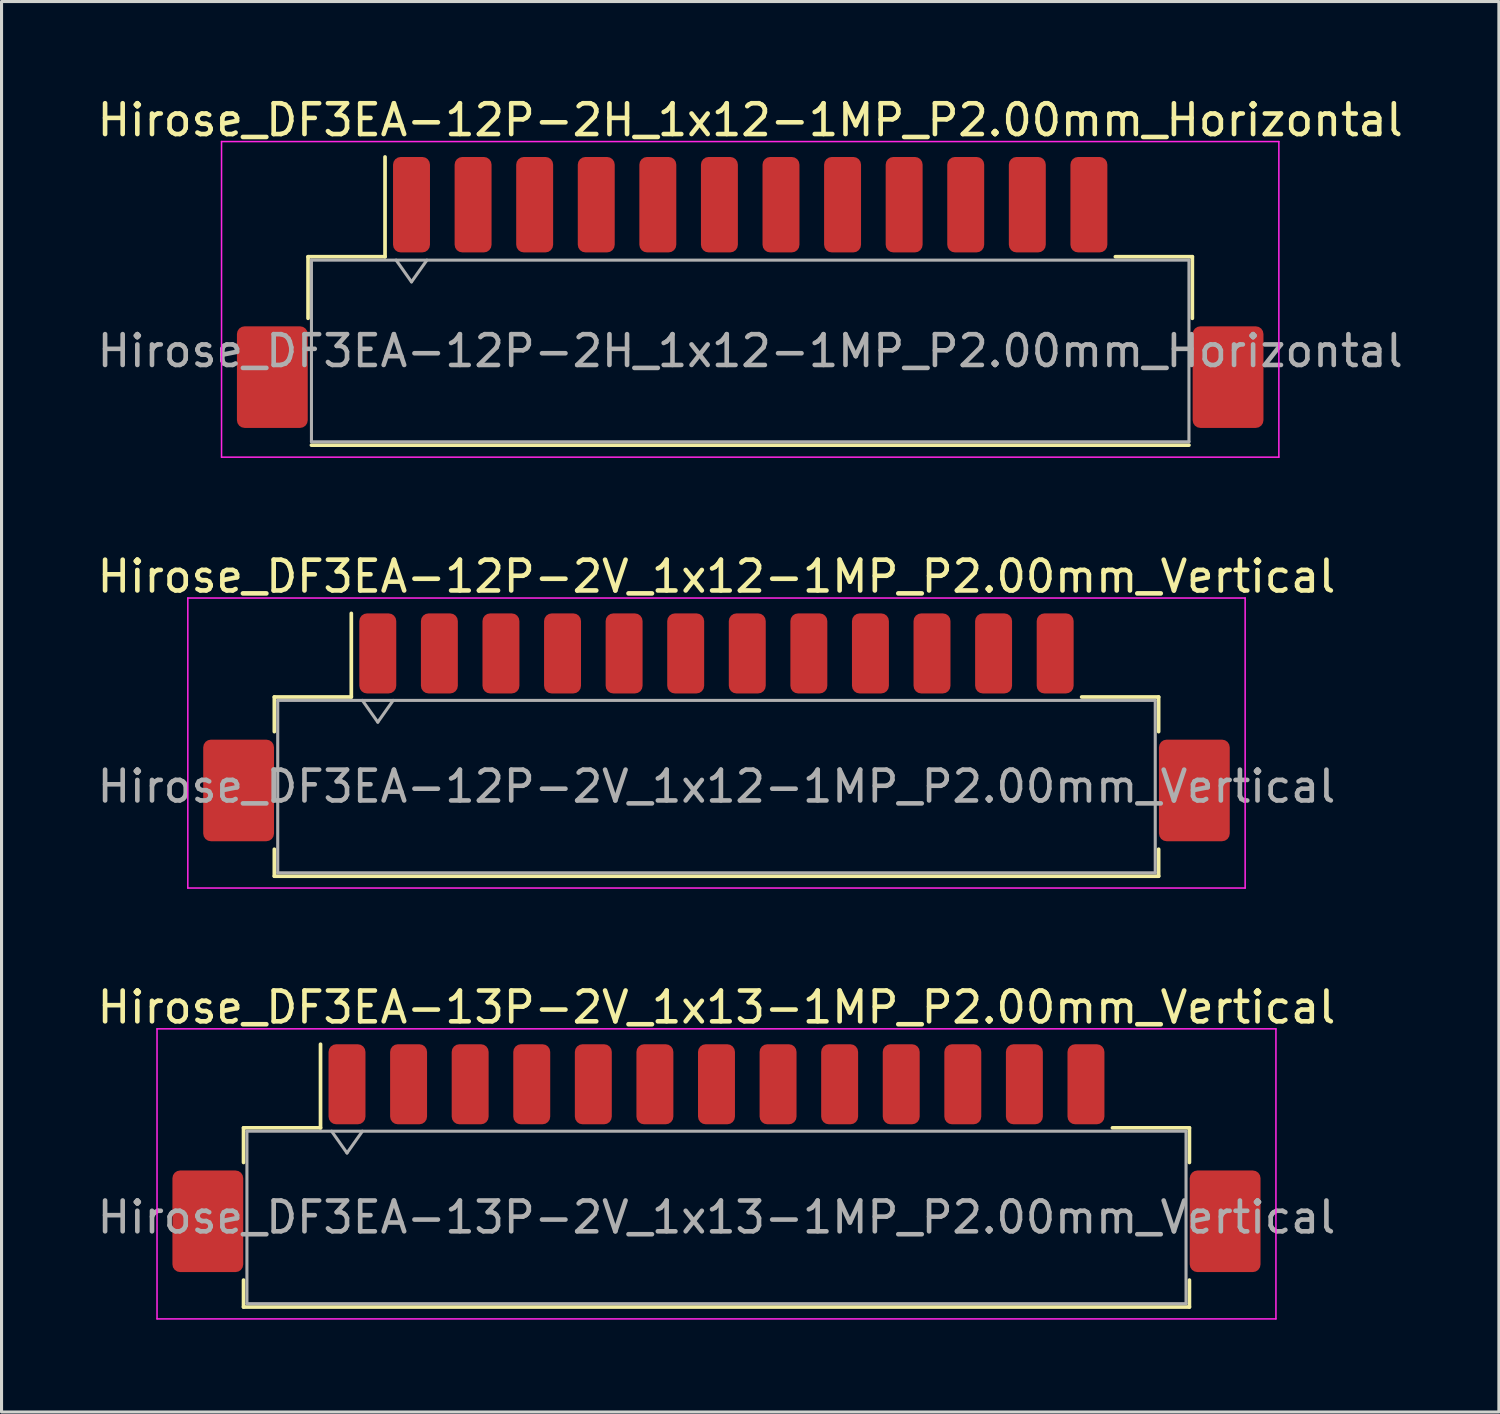
<source format=kicad_pcb>
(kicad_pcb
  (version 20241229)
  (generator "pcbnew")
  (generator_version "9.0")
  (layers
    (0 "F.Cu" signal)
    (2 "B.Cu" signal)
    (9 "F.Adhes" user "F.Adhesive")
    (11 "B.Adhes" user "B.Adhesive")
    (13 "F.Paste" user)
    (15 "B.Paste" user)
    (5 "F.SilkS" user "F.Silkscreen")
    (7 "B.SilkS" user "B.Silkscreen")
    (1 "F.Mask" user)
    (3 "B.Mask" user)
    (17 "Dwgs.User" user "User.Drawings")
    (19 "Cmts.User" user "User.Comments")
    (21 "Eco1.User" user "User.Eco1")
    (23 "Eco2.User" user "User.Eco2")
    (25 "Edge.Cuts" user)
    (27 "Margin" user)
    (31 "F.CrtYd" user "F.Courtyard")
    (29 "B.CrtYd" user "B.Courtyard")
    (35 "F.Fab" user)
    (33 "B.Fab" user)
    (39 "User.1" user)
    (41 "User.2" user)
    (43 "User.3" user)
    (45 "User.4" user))
  (footprint "Hirose_DF3EA-12P-2H_1x12-1MP_P2.00mm_Horizontal"
    (layer "F.Cu")
    (at 21.315 6.448)
    (property "Reference" "Hirose_DF3EA-12P-2H_1x12-1MP_P2.00mm_Horizontal" (at 0 -5.6 0) (layer "F.SilkS") (effects (font (size 1 1) (thickness 0.15))))
    (attr smd)
    (fp_line (start -14.36 -1.16) (end -11.86 -1.16) (stroke (width 0.12) (type solid)) (layer "F.SilkS"))
    (fp_line (start -14.36 0.84) (end -14.36 -1.16) (stroke (width 0.12) (type solid)) (layer "F.SilkS"))
    (fp_line (start -14.25 4.96) (end 14.25 4.96) (stroke (width 0.12) (type solid)) (layer "F.SilkS"))
    (fp_line (start -11.86 -1.16) (end -11.86 -4.4) (stroke (width 0.12) (type solid)) (layer "F.SilkS"))
    (fp_line (start 14.36 -1.16) (end 11.86 -1.16) (stroke (width 0.12) (type solid)) (layer "F.SilkS"))
    (fp_line (start 14.36 0.84) (end 14.36 -1.16) (stroke (width 0.12) (type solid)) (layer "F.SilkS"))
    (fp_line (start -17.17 -4.9) (end -17.17 5.35) (stroke (width 0.05) (type solid)) (layer "F.CrtYd"))
    (fp_line (start -17.17 5.35) (end 17.17 5.35) (stroke (width 0.05) (type solid)) (layer "F.CrtYd"))
    (fp_line (start 17.17 -4.9) (end -17.17 -4.9) (stroke (width 0.05) (type solid)) (layer "F.CrtYd"))
    (fp_line (start 17.17 5.35) (end 17.17 -4.9) (stroke (width 0.05) (type solid)) (layer "F.CrtYd"))
    (fp_line (start -14.25 -1.05) (end -14.25 4.85) (stroke (width 0.1) (type solid)) (layer "F.Fab"))
    (fp_line (start -14.25 -1.05) (end 14.25 -1.05) (stroke (width 0.1) (type solid)) (layer "F.Fab"))
    (fp_line (start -14.25 4.85) (end 14.25 4.85) (stroke (width 0.1) (type solid)) (layer "F.Fab"))
    (fp_line (start -11.5 -1.05) (end -11 -0.343) (stroke (width 0.1) (type solid)) (layer "F.Fab"))
    (fp_line (start -11 -0.343) (end -10.5 -1.05) (stroke (width 0.1) (type solid)) (layer "F.Fab"))
    (fp_line (start 14.25 -1.05) (end 14.25 4.85) (stroke (width 0.1) (type solid)) (layer "F.Fab"))
    (fp_text user "${REFERENCE}" (at 0 1.9 0) (layer "F.Fab") (effects (font (size 1 1) (thickness 0.15))))
    (pad "1" smd roundrect (at -11 -2.85) (size 1.2 3.1) (layers "F.Cu" "F.Mask" "F.Paste") (roundrect_rratio 0.208))
    (pad "2" smd roundrect (at -9 -2.85) (size 1.2 3.1) (layers "F.Cu" "F.Mask" "F.Paste") (roundrect_rratio 0.208))
    (pad "3" smd roundrect (at -7 -2.85) (size 1.2 3.1) (layers "F.Cu" "F.Mask" "F.Paste") (roundrect_rratio 0.208))
    (pad "4" smd roundrect (at -5 -2.85) (size 1.2 3.1) (layers "F.Cu" "F.Mask" "F.Paste") (roundrect_rratio 0.208))
    (pad "5" smd roundrect (at -3 -2.85) (size 1.2 3.1) (layers "F.Cu" "F.Mask" "F.Paste") (roundrect_rratio 0.208))
    (pad "6" smd roundrect (at -1 -2.85) (size 1.2 3.1) (layers "F.Cu" "F.Mask" "F.Paste") (roundrect_rratio 0.208))
    (pad "7" smd roundrect (at 1 -2.85) (size 1.2 3.1) (layers "F.Cu" "F.Mask" "F.Paste") (roundrect_rratio 0.208))
    (pad "8" smd roundrect (at 3 -2.85) (size 1.2 3.1) (layers "F.Cu" "F.Mask" "F.Paste") (roundrect_rratio 0.208))
    (pad "9" smd roundrect (at 5 -2.85) (size 1.2 3.1) (layers "F.Cu" "F.Mask" "F.Paste") (roundrect_rratio 0.208))
    (pad "10" smd roundrect (at 7 -2.85) (size 1.2 3.1) (layers "F.Cu" "F.Mask" "F.Paste") (roundrect_rratio 0.208))
    (pad "11" smd roundrect (at 9 -2.85) (size 1.2 3.1) (layers "F.Cu" "F.Mask" "F.Paste") (roundrect_rratio 0.208))
    (pad "12" smd roundrect (at 11 -2.85) (size 1.2 3.1) (layers "F.Cu" "F.Mask" "F.Paste") (roundrect_rratio 0.208))
    (pad "MP" smd roundrect (at -15.52 2.75) (size 2.3 3.3) (layers "F.Cu" "F.Mask" "F.Paste") (roundrect_rratio 0.109))
    (pad "MP" smd roundrect (at 15.52 2.75) (size 2.3 3.3) (layers "F.Cu" "F.Mask" "F.Paste") (roundrect_rratio 0.109)))
  (footprint "Hirose_DF3EA-13P-2V_1x13-1MP_P2.00mm_Vertical"
    (layer "F.Cu")
    (at 20.22 34.565)
    (property "Reference" "Hirose_DF3EA-13P-2V_1x13-1MP_P2.00mm_Vertical" (at 0 -4.9 0) (layer "F.SilkS") (effects (font (size 1 1) (thickness 0.15))))
    (attr smd)
    (fp_line (start -15.36 -0.985) (end -12.86 -0.985) (stroke (width 0.12) (type solid)) (layer "F.SilkS"))
    (fp_line (start -15.36 0.14) (end -15.36 -0.985) (stroke (width 0.12) (type solid)) (layer "F.SilkS"))
    (fp_line (start -15.36 3.96) (end -15.36 4.835) (stroke (width 0.12) (type solid)) (layer "F.SilkS"))
    (fp_line (start -15.36 4.835) (end 15.36 4.835) (stroke (width 0.12) (type solid)) (layer "F.SilkS"))
    (fp_line (start -12.86 -0.985) (end -12.86 -3.7) (stroke (width 0.12) (type solid)) (layer "F.SilkS"))
    (fp_line (start 15.36 -0.985) (end 12.86 -0.985) (stroke (width 0.12) (type solid)) (layer "F.SilkS"))
    (fp_line (start 15.36 0.14) (end 15.36 -0.985) (stroke (width 0.12) (type solid)) (layer "F.SilkS"))
    (fp_line (start 15.36 4.835) (end 15.36 3.96) (stroke (width 0.12) (type solid)) (layer "F.SilkS"))
    (fp_line (start -18.17 -4.2) (end -18.17 5.22) (stroke (width 0.05) (type solid)) (layer "F.CrtYd"))
    (fp_line (start -18.17 5.22) (end 18.17 5.22) (stroke (width 0.05) (type solid)) (layer "F.CrtYd"))
    (fp_line (start 18.17 -4.2) (end -18.17 -4.2) (stroke (width 0.05) (type solid)) (layer "F.CrtYd"))
    (fp_line (start 18.17 5.22) (end 18.17 -4.2) (stroke (width 0.05) (type solid)) (layer "F.CrtYd"))
    (fp_line (start -15.25 -0.875) (end -15.25 4.725) (stroke (width 0.1) (type solid)) (layer "F.Fab"))
    (fp_line (start -15.25 -0.875) (end 15.25 -0.875) (stroke (width 0.1) (type solid)) (layer "F.Fab"))
    (fp_line (start -15.25 4.725) (end 15.25 4.725) (stroke (width 0.1) (type solid)) (layer "F.Fab"))
    (fp_line (start -12.5 -0.875) (end -12 -0.168) (stroke (width 0.1) (type solid)) (layer "F.Fab"))
    (fp_line (start -12 -0.168) (end -11.5 -0.875) (stroke (width 0.1) (type solid)) (layer "F.Fab"))
    (fp_line (start 15.25 -0.875) (end 15.25 4.725) (stroke (width 0.1) (type solid)) (layer "F.Fab"))
    (fp_text user "${REFERENCE}" (at 0 1.92 0) (layer "F.Fab") (effects (font (size 1 1) (thickness 0.15))))
    (pad "1" smd roundrect (at -12 -2.4) (size 1.2 2.6) (layers "F.Cu" "F.Mask" "F.Paste") (roundrect_rratio 0.208))
    (pad "2" smd roundrect (at -10 -2.4) (size 1.2 2.6) (layers "F.Cu" "F.Mask" "F.Paste") (roundrect_rratio 0.208))
    (pad "3" smd roundrect (at -8 -2.4) (size 1.2 2.6) (layers "F.Cu" "F.Mask" "F.Paste") (roundrect_rratio 0.208))
    (pad "4" smd roundrect (at -6 -2.4) (size 1.2 2.6) (layers "F.Cu" "F.Mask" "F.Paste") (roundrect_rratio 0.208))
    (pad "5" smd roundrect (at -4 -2.4) (size 1.2 2.6) (layers "F.Cu" "F.Mask" "F.Paste") (roundrect_rratio 0.208))
    (pad "6" smd roundrect (at -2 -2.4) (size 1.2 2.6) (layers "F.Cu" "F.Mask" "F.Paste") (roundrect_rratio 0.208))
    (pad "7" smd roundrect (at 0 -2.4) (size 1.2 2.6) (layers "F.Cu" "F.Mask" "F.Paste") (roundrect_rratio 0.208))
    (pad "8" smd roundrect (at 2 -2.4) (size 1.2 2.6) (layers "F.Cu" "F.Mask" "F.Paste") (roundrect_rratio 0.208))
    (pad "9" smd roundrect (at 4 -2.4) (size 1.2 2.6) (layers "F.Cu" "F.Mask" "F.Paste") (roundrect_rratio 0.208))
    (pad "10" smd roundrect (at 6 -2.4) (size 1.2 2.6) (layers "F.Cu" "F.Mask" "F.Paste") (roundrect_rratio 0.208))
    (pad "11" smd roundrect (at 8 -2.4) (size 1.2 2.6) (layers "F.Cu" "F.Mask" "F.Paste") (roundrect_rratio 0.208))
    (pad "12" smd roundrect (at 10 -2.4) (size 1.2 2.6) (layers "F.Cu" "F.Mask" "F.Paste") (roundrect_rratio 0.208))
    (pad "13" smd roundrect (at 12 -2.4) (size 1.2 2.6) (layers "F.Cu" "F.Mask" "F.Paste") (roundrect_rratio 0.208))
    (pad "MP" smd roundrect (at -16.52 2.05) (size 2.3 3.3) (layers "F.Cu" "F.Mask" "F.Paste") (roundrect_rratio 0.109))
    (pad "MP" smd roundrect (at 16.52 2.05) (size 2.3 3.3) (layers "F.Cu" "F.Mask" "F.Paste") (roundrect_rratio 0.109)))
  (footprint "Hirose_DF3EA-12P-2V_1x12-1MP_P2.00mm_Vertical"
    (layer "F.Cu")
    (at 20.22 20.572)
    (property "Reference" "Hirose_DF3EA-12P-2V_1x12-1MP_P2.00mm_Vertical" (at 0 -4.9 0) (layer "F.SilkS") (effects (font (size 1 1) (thickness 0.15))))
    (attr smd)
    (fp_line (start -14.36 -0.985) (end -11.86 -0.985) (stroke (width 0.12) (type solid)) (layer "F.SilkS"))
    (fp_line (start -14.36 0.14) (end -14.36 -0.985) (stroke (width 0.12) (type solid)) (layer "F.SilkS"))
    (fp_line (start -14.36 3.96) (end -14.36 4.835) (stroke (width 0.12) (type solid)) (layer "F.SilkS"))
    (fp_line (start -14.36 4.835) (end 14.36 4.835) (stroke (width 0.12) (type solid)) (layer "F.SilkS"))
    (fp_line (start -11.86 -0.985) (end -11.86 -3.7) (stroke (width 0.12) (type solid)) (layer "F.SilkS"))
    (fp_line (start 14.36 -0.985) (end 11.86 -0.985) (stroke (width 0.12) (type solid)) (layer "F.SilkS"))
    (fp_line (start 14.36 0.14) (end 14.36 -0.985) (stroke (width 0.12) (type solid)) (layer "F.SilkS"))
    (fp_line (start 14.36 4.835) (end 14.36 3.96) (stroke (width 0.12) (type solid)) (layer "F.SilkS"))
    (fp_line (start -17.17 -4.2) (end -17.17 5.22) (stroke (width 0.05) (type solid)) (layer "F.CrtYd"))
    (fp_line (start -17.17 5.22) (end 17.17 5.22) (stroke (width 0.05) (type solid)) (layer "F.CrtYd"))
    (fp_line (start 17.17 -4.2) (end -17.17 -4.2) (stroke (width 0.05) (type solid)) (layer "F.CrtYd"))
    (fp_line (start 17.17 5.22) (end 17.17 -4.2) (stroke (width 0.05) (type solid)) (layer "F.CrtYd"))
    (fp_line (start -14.25 -0.875) (end -14.25 4.725) (stroke (width 0.1) (type solid)) (layer "F.Fab"))
    (fp_line (start -14.25 -0.875) (end 14.25 -0.875) (stroke (width 0.1) (type solid)) (layer "F.Fab"))
    (fp_line (start -14.25 4.725) (end 14.25 4.725) (stroke (width 0.1) (type solid)) (layer "F.Fab"))
    (fp_line (start -11.5 -0.875) (end -11 -0.168) (stroke (width 0.1) (type solid)) (layer "F.Fab"))
    (fp_line (start -11 -0.168) (end -10.5 -0.875) (stroke (width 0.1) (type solid)) (layer "F.Fab"))
    (fp_line (start 14.25 -0.875) (end 14.25 4.725) (stroke (width 0.1) (type solid)) (layer "F.Fab"))
    (fp_text user "${REFERENCE}" (at 0 1.92 0) (layer "F.Fab") (effects (font (size 1 1) (thickness 0.15))))
    (pad "1" smd roundrect (at -11 -2.4) (size 1.2 2.6) (layers "F.Cu" "F.Mask" "F.Paste") (roundrect_rratio 0.208))
    (pad "2" smd roundrect (at -9 -2.4) (size 1.2 2.6) (layers "F.Cu" "F.Mask" "F.Paste") (roundrect_rratio 0.208))
    (pad "3" smd roundrect (at -7 -2.4) (size 1.2 2.6) (layers "F.Cu" "F.Mask" "F.Paste") (roundrect_rratio 0.208))
    (pad "4" smd roundrect (at -5 -2.4) (size 1.2 2.6) (layers "F.Cu" "F.Mask" "F.Paste") (roundrect_rratio 0.208))
    (pad "5" smd roundrect (at -3 -2.4) (size 1.2 2.6) (layers "F.Cu" "F.Mask" "F.Paste") (roundrect_rratio 0.208))
    (pad "6" smd roundrect (at -1 -2.4) (size 1.2 2.6) (layers "F.Cu" "F.Mask" "F.Paste") (roundrect_rratio 0.208))
    (pad "7" smd roundrect (at 1 -2.4) (size 1.2 2.6) (layers "F.Cu" "F.Mask" "F.Paste") (roundrect_rratio 0.208))
    (pad "8" smd roundrect (at 3 -2.4) (size 1.2 2.6) (layers "F.Cu" "F.Mask" "F.Paste") (roundrect_rratio 0.208))
    (pad "9" smd roundrect (at 5 -2.4) (size 1.2 2.6) (layers "F.Cu" "F.Mask" "F.Paste") (roundrect_rratio 0.208))
    (pad "10" smd roundrect (at 7 -2.4) (size 1.2 2.6) (layers "F.Cu" "F.Mask" "F.Paste") (roundrect_rratio 0.208))
    (pad "11" smd roundrect (at 9 -2.4) (size 1.2 2.6) (layers "F.Cu" "F.Mask" "F.Paste") (roundrect_rratio 0.208))
    (pad "12" smd roundrect (at 11 -2.4) (size 1.2 2.6) (layers "F.Cu" "F.Mask" "F.Paste") (roundrect_rratio 0.208))
    (pad "MP" smd roundrect (at -15.52 2.05) (size 2.3 3.3) (layers "F.Cu" "F.Mask" "F.Paste") (roundrect_rratio 0.109))
    (pad "MP" smd roundrect (at 15.52 2.05) (size 2.3 3.3) (layers "F.Cu" "F.Mask" "F.Paste") (roundrect_rratio 0.109)))
  (gr_rect
    (start -3 -3)
    (end 45.631 42.81)
    (stroke (width 0.1) (type default))
    (fill no)
    (layer "Edge.Cuts")))
</source>
